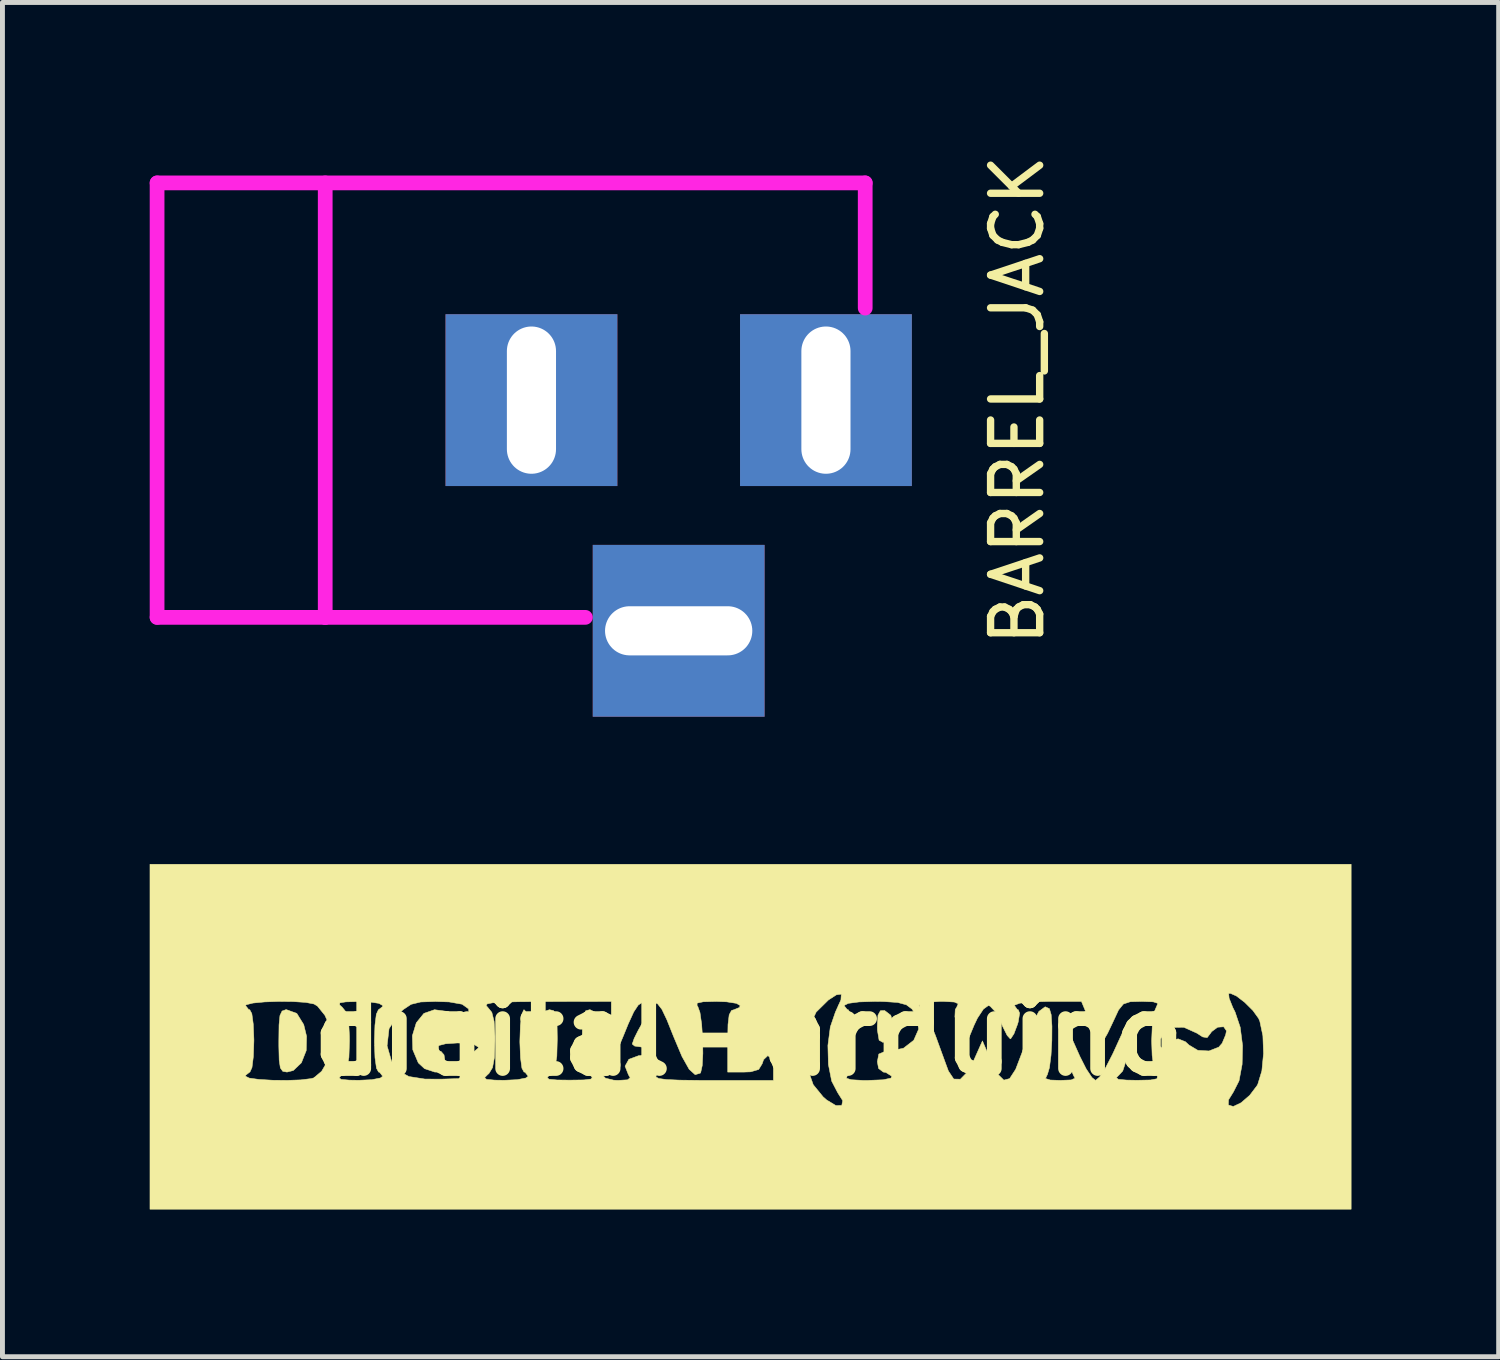
<source format=kicad_pcb>
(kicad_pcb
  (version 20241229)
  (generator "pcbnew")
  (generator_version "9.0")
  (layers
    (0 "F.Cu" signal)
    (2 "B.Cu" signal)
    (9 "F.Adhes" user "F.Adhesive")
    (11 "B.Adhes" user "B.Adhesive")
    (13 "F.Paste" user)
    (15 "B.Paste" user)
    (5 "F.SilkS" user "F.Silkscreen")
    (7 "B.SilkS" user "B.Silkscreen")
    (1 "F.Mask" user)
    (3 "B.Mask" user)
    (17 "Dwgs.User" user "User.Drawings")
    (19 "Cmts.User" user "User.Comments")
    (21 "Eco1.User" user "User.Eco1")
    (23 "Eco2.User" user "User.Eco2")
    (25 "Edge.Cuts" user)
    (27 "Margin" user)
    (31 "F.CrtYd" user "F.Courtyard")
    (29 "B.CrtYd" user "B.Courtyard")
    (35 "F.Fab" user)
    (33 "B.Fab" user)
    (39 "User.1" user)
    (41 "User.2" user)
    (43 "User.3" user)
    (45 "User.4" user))
  (footprint "digital-arduino"
    (layer "F.Cu")
    (at 12.197 18.027)
    (property "Reference" "digital-arduino" (at 0 0 0) (layer "F.SilkS") (effects (font (size 1.524 1.524) (thickness 0.3))))
    (attr through_hole)
    (fp_poly (pts (xy -2.049 -0.011) (xy -1.996 0.169) (xy -2.028 0.241) (xy -2.163 0.254) (xy -2.319 0.232) (xy -2.368 0.191) (xy -2.328 0.076) (xy -2.253 -0.075) (xy -2.141 -0.276) (xy -2.049 -0.011)) (stroke (width 0.01) (type solid)) (fill yes) (layer "F.SilkS"))
    (fp_poly (pts (xy 2.899 -0.395) (xy 2.951 -0.212) (xy 2.915 -0.016) (xy 2.875 0.047) (xy 2.743 0.159) (xy 2.661 0.113) (xy 2.626 -0.094) (xy 2.625 -0.176) (xy 2.638 -0.397) (xy 2.688 -0.488) (xy 2.773 -0.492) (xy 2.899 -0.395)) (stroke (width 0.01) (type solid)) (fill yes) (layer "F.SilkS"))
    (fp_poly (pts (xy -9.201 -0.433) (xy -9.06 -0.205) (xy -9.002 0.033) (xy -9.009 0.324) (xy -9.107 0.572) (xy -9.272 0.73) (xy -9.4 0.762) (xy -9.486 0.747) (xy -9.536 0.677) (xy -9.56 0.518) (xy -9.567 0.234) (xy -9.567 0.127) (xy -9.563 -0.199) (xy -9.544 -0.39) (xy -9.501 -0.481) (xy -9.427 -0.508) (xy -9.408 -0.508) (xy -9.201 -0.433)) (stroke (width 0.01) (type solid)) (fill yes) (layer "F.SilkS"))
    (fp_poly (pts (xy 12.277 3.556) (xy -12.192 3.556) (xy -12.192 -0.593) (xy -10.245 -0.593) (xy -10.18 -0.51) (xy -10.16 -0.508) (xy -10.117 -0.429) (xy -10.088 -0.216) (xy -10.075 0.097) (xy -10.075 0.127) (xy -10.086 0.447) (xy -10.114 0.67) (xy -10.156 0.761) (xy -10.16 0.762) (xy -10.242 0.826) (xy -10.245 0.847) (xy -10.168 0.885) (xy -9.97 0.912) (xy -9.697 0.928) (xy -9.398 0.931) (xy -9.12 0.921) (xy -8.909 0.895) (xy -8.851 0.879) (xy -8.849 0.876) (xy -8.339 0.876) (xy -8.299 0.911) (xy -8.131 0.926) (xy -7.938 0.929) (xy -7.674 0.917) (xy -7.498 0.883) (xy -7.451 0.847) (xy -7.515 0.764) (xy -7.535 0.762) (xy -7.578 0.683) (xy -7.608 0.47) (xy -7.617 0.227) (xy -7.362 0.227) (xy -7.272 0.538) (xy -7.134 0.734) (xy -6.917 0.853) (xy -6.592 0.904) (xy -6.265 0.906) (xy -5.715 0.889) (xy -5.714 0.876) (xy -5.375 0.876) (xy -5.335 0.911) (xy -5.168 0.926) (xy -4.974 0.929) (xy -4.711 0.917) (xy -4.534 0.883) (xy -4.487 0.847) (xy -4.552 0.764) (xy -4.572 0.762) (xy -4.615 0.683) (xy -4.644 0.47) (xy -4.657 0.157) (xy -4.657 0.127) (xy -4.646 -0.193) (xy -4.618 -0.416) (xy -4.576 -0.507) (xy -4.572 -0.508) (xy -4.503 -0.437) (xy -4.487 -0.339) (xy -4.449 -0.201) (xy -4.395 -0.169) (xy -4.301 -0.24) (xy -4.258 -0.339) (xy -4.154 -0.477) (xy -4.054 -0.508) (xy -3.971 -0.49) (xy -3.923 -0.411) (xy -3.9 -0.236) (xy -3.895 0.07) (xy -3.895 0.096) (xy -3.904 0.439) (xy -3.938 0.654) (xy -4.005 0.779) (xy -4.043 0.813) (xy -4.101 0.874) (xy -4.062 0.908) (xy -3.899 0.923) (xy -3.641 0.926) (xy -3.352 0.922) (xy -3.207 0.904) (xy -3.183 0.867) (xy -3.233 0.819) (xy -2.974 0.819) (xy -2.914 0.886) (xy -2.745 0.927) (xy -2.657 0.931) (xy -2.463 0.92) (xy -2.41 0.877) (xy -2.446 0.815) (xy -2.514 0.642) (xy -2.436 0.502) (xy -2.237 0.428) (xy -2.159 0.423) (xy -1.929 0.472) (xy -1.813 0.596) (xy -1.835 0.763) (xy -1.872 0.815) (xy -1.886 0.861) (xy -1.827 0.893) (xy -1.674 0.914) (xy -1.405 0.926) (xy -0.999 0.931) (xy -0.73 0.931) (xy 0.508 0.931) (xy 0.508 0.677) (xy 0.473 0.488) (xy 0.394 0.427) (xy 0.308 0.509) (xy 0.279 0.593) (xy 0.208 0.709) (xy 0.045 0.757) (xy -0.095 0.762) (xy -0.423 0.762) (xy -0.423 0.323) (xy 1.187 0.323) (xy 1.215 0.723) (xy 1.319 1.019) (xy 1.52 1.266) (xy 1.594 1.331) (xy 1.781 1.444) (xy 1.9 1.441) (xy 1.902 1.433) (xy 9.775 1.433) (xy 9.876 1.463) (xy 10.035 1.387) (xy 10.21 1.236) (xy 10.358 1.041) (xy 10.376 1.008) (xy 10.458 0.738) (xy 10.492 0.385) (xy 10.479 0.024) (xy 10.417 -0.271) (xy 10.392 -0.331) (xy 10.275 -0.493) (xy 10.108 -0.659) (xy 9.938 -0.789) (xy 9.812 -0.844) (xy 9.782 -0.835) (xy 9.791 -0.742) (xy 9.865 -0.556) (xy 9.913 -0.46) (xy 10.017 -0.151) (xy 10.065 0.222) (xy 10.056 0.605) (xy 9.993 0.941) (xy 9.876 1.172) (xy 9.874 1.174) (xy 9.779 1.328) (xy 9.775 1.433) (xy 1.902 1.433) (xy 1.92 1.344) (xy 1.817 1.181) (xy 1.695 0.946) (xy 1.628 0.606) (xy 1.618 0.22) (xy 1.667 -0.157) (xy 1.771 -0.46) (xy 1.831 -0.593) (xy 1.947 -0.593) (xy 2.012 -0.51) (xy 2.032 -0.508) (xy 2.079 -0.432) (xy 2.107 -0.236) (xy 2.117 0.031) (xy 2.109 0.32) (xy 2.085 0.584) (xy 2.045 0.773) (xy 2.015 0.83) (xy 1.995 0.886) (xy 2.09 0.918) (xy 2.323 0.931) (xy 2.443 0.931) (xy 2.742 0.919) (xy 2.902 0.885) (xy 2.921 0.847) (xy 2.798 0.769) (xy 2.747 0.762) (xy 2.65 0.688) (xy 2.625 0.55) (xy 2.655 0.395) (xy 2.78 0.342) (xy 2.86 0.339) (xy 3.158 0.276) (xy 3.367 0.114) (xy 3.466 -0.111) (xy 3.436 -0.36) (xy 3.331 -0.522) (xy 3.237 -0.593) (xy 3.471 -0.593) (xy 3.527 -0.51) (xy 3.545 -0.508) (xy 3.608 -0.435) (xy 3.704 -0.242) (xy 3.81 0.021) (xy 3.921 0.326) (xy 4.018 0.592) (xy 4.073 0.741) (xy 4.182 0.904) (xy 4.317 0.907) (xy 4.467 0.754) (xy 4.587 0.529) (xy 4.766 0.127) (xy 4.939 0.529) (xy 5.077 0.803) (xy 5.202 0.926) (xy 5.32 0.895) (xy 5.443 0.706) (xy 5.577 0.355) (xy 5.62 0.221) (xy 5.774 -0.211) (xy 5.916 -0.473) (xy 6.044 -0.568) (xy 6.13 -0.53) (xy 6.166 -0.409) (xy 6.182 -0.173) (xy 6.18 0.121) (xy 6.163 0.421) (xy 6.131 0.672) (xy 6.087 0.819) (xy 6.079 0.83) (xy 6.051 0.893) (xy 6.149 0.924) (xy 6.35 0.931) (xy 6.574 0.922) (xy 6.652 0.887) (xy 6.621 0.83) (xy 6.561 0.688) (xy 6.529 0.451) (xy 6.527 0.343) (xy 6.535 -0.042) (xy 6.752 0.445) (xy 6.88 0.698) (xy 6.998 0.874) (xy 7.071 0.931) (xy 7.154 0.86) (xy 7.277 0.67) (xy 7.415 0.402) (xy 7.435 0.36) (xy 7.696 -0.212) (xy 7.7 0.245) (xy 7.685 0.554) (xy 7.624 0.74) (xy 7.556 0.813) (xy 7.495 0.876) (xy 7.535 0.91) (xy 7.701 0.925) (xy 7.912 0.929) (xy 8.19 0.923) (xy 8.322 0.898) (xy 8.331 0.849) (xy 8.314 0.83) (xy 8.259 0.689) (xy 8.223 0.422) (xy 8.217 0.244) (xy 8.395 0.244) (xy 8.478 0.334) (xy 8.509 0.339) (xy 8.621 0.271) (xy 8.636 0.212) (xy 8.698 0.099) (xy 8.753 0.085) (xy 8.901 0.144) (xy 8.975 0.212) (xy 9.154 0.319) (xy 9.381 0.332) (xy 9.58 0.254) (xy 9.649 0.175) (xy 9.721 0.003) (xy 9.737 -0.079) (xy 9.68 -0.161) (xy 9.557 -0.152) (xy 9.435 -0.062) (xy 9.413 -0.03) (xy 9.344 0.06) (xy 9.253 0.046) (xy 9.136 -0.03) (xy 8.868 -0.151) (xy 8.619 -0.147) (xy 8.484 -0.068) (xy 8.396 0.088) (xy 8.395 0.244) (xy 8.217 0.244) (xy 8.213 0.127) (xy 8.227 -0.215) (xy 8.266 -0.466) (xy 8.314 -0.576) (xy 8.34 -0.638) (xy 8.244 -0.669) (xy 8.013 -0.677) (xy 7.778 -0.671) (xy 7.638 -0.625) (xy 7.539 -0.503) (xy 7.428 -0.265) (xy 7.424 -0.256) (xy 7.313 -0.023) (xy 7.223 0.131) (xy 7.187 0.167) (xy 7.128 0.097) (xy 7.033 -0.086) (xy 6.959 -0.254) (xy 6.783 -0.677) (xy 6.101 -0.677) (xy 5.764 -0.667) (xy 5.526 -0.641) (xy 5.421 -0.601) (xy 5.419 -0.593) (xy 5.477 -0.51) (xy 5.495 -0.508) (xy 5.524 -0.437) (xy 5.495 -0.259) (xy 5.481 -0.212) (xy 5.408 -0.018) (xy 5.343 0.081) (xy 5.333 0.085) (xy 5.269 0.014) (xy 5.179 -0.165) (xy 5.142 -0.254) (xy 5.034 -0.462) (xy 4.921 -0.582) (xy 4.886 -0.593) (xy 4.786 -0.521) (xy 4.664 -0.336) (xy 4.595 -0.191) (xy 4.428 0.212) (xy 4.287 -0.118) (xy 4.205 -0.361) (xy 4.212 -0.512) (xy 4.243 -0.562) (xy 4.272 -0.63) (xy 4.193 -0.665) (xy 3.98 -0.677) (xy 3.905 -0.677) (xy 3.66 -0.662) (xy 3.503 -0.624) (xy 3.471 -0.593) (xy 3.237 -0.593) (xy 3.217 -0.608) (xy 3.039 -0.656) (xy 2.754 -0.675) (xy 2.569 -0.677) (xy 2.254 -0.667) (xy 2.035 -0.638) (xy 1.948 -0.595) (xy 1.947 -0.593) (xy 1.831 -0.593) (xy 1.883 -0.708) (xy 1.891 -0.825) (xy 1.792 -0.812) (xy 1.628 -0.706) (xy 1.378 -0.459) (xy 1.237 -0.152) (xy 1.187 0.26) (xy 1.187 0.323) (xy -0.423 0.323) (xy -0.423 0.127) (xy -0.417 -0.208) (xy -0.393 -0.405) (xy -0.345 -0.493) (xy -0.296 -0.508) (xy -0.184 -0.554) (xy -0.169 -0.593) (xy -0.246 -0.638) (xy -0.445 -0.669) (xy -0.652 -0.677) (xy -0.922 -0.67) (xy -1.046 -0.643) (xy -1.047 -0.591) (xy -1.033 -0.576) (xy -0.988 -0.451) (xy -0.954 -0.214) (xy -0.934 0.081) (xy -0.929 0.381) (xy -0.942 0.63) (xy -0.974 0.774) (xy -0.982 0.784) (xy -1.086 0.815) (xy -1.208 0.705) (xy -1.354 0.445) (xy -1.526 0.037) (xy -1.662 -0.303) (xy -1.763 -0.515) (xy -1.85 -0.627) (xy -1.946 -0.671) (xy -2.035 -0.677) (xy -2.152 -0.664) (xy -2.245 -0.603) (xy -2.337 -0.464) (xy -2.45 -0.217) (xy -2.547 0.021) (xy -2.679 0.336) (xy -2.794 0.584) (xy -2.875 0.727) (xy -2.895 0.748) (xy -2.974 0.819) (xy -3.233 0.819) (xy -3.239 0.813) (xy -3.321 0.712) (xy -3.367 0.538) (xy -3.385 0.251) (xy -3.387 0.096) (xy -3.382 -0.22) (xy -3.361 -0.402) (xy -3.315 -0.487) (xy -3.234 -0.508) (xy -3.227 -0.508) (xy -3.078 -0.436) (xy -3.023 -0.339) (xy -2.947 -0.19) (xy -2.86 -0.191) (xy -2.801 -0.326) (xy -2.794 -0.423) (xy -2.794 -0.677) (xy -4.128 -0.675) (xy -4.631 -0.672) (xy -4.985 -0.664) (xy -5.208 -0.65) (xy -5.322 -0.627) (xy -5.345 -0.594) (xy -5.313 -0.559) (xy -5.228 -0.454) (xy -5.182 -0.271) (xy -5.165 0.03) (xy -5.165 0.127) (xy -5.175 0.463) (xy -5.214 0.671) (xy -5.288 0.792) (xy -5.313 0.813) (xy -5.375 0.876) (xy -5.714 0.876) (xy -5.688 0.614) (xy -5.649 0.426) (xy -5.589 0.339) (xy -5.583 0.339) (xy -5.506 0.274) (xy -5.503 0.254) (xy -5.579 0.206) (xy -5.774 0.175) (xy -5.927 0.169) (xy -6.168 0.185) (xy -6.321 0.224) (xy -6.35 0.254) (xy -6.286 0.336) (xy -6.265 0.339) (xy -6.202 0.411) (xy -6.181 0.55) (xy -6.216 0.712) (xy -6.353 0.761) (xy -6.388 0.762) (xy -6.599 0.692) (xy -6.726 0.574) (xy -6.838 0.308) (xy -6.847 0.022) (xy -6.767 -0.241) (xy -6.612 -0.433) (xy -6.397 -0.508) (xy -6.394 -0.508) (xy -6.109 -0.47) (xy -5.951 -0.365) (xy -5.927 -0.28) (xy -5.883 -0.19) (xy -5.79 -0.21) (xy -5.705 -0.315) (xy -5.686 -0.378) (xy -5.702 -0.526) (xy -5.833 -0.62) (xy -6.098 -0.667) (xy -6.378 -0.676) (xy -6.676 -0.666) (xy -6.873 -0.618) (xy -7.033 -0.511) (xy -7.119 -0.43) (xy -7.322 -0.122) (xy -7.362 0.227) (xy -7.617 0.227) (xy -7.62 0.157) (xy -7.62 0.127) (xy -7.609 -0.193) (xy -7.581 -0.416) (xy -7.539 -0.507) (xy -7.535 -0.508) (xy -7.453 -0.572) (xy -7.451 -0.593) (xy -7.528 -0.638) (xy -7.728 -0.668) (xy -7.938 -0.675) (xy -8.203 -0.668) (xy -8.325 -0.648) (xy -8.328 -0.605) (xy -8.276 -0.559) (xy -8.192 -0.454) (xy -8.145 -0.271) (xy -8.129 0.03) (xy -8.128 0.127) (xy -8.139 0.463) (xy -8.177 0.671) (xy -8.251 0.792) (xy -8.276 0.813) (xy -8.339 0.876) (xy -8.849 0.876) (xy -8.695 0.746) (xy -8.559 0.512) (xy -8.477 0.242) (xy -8.467 0.127) (xy -8.513 -0.136) (xy -8.629 -0.395) (xy -8.78 -0.582) (xy -8.851 -0.625) (xy -9.018 -0.657) (xy -9.272 -0.674) (xy -9.568 -0.677) (xy -9.858 -0.667) (xy -10.094 -0.644) (xy -10.229 -0.61) (xy -10.245 -0.593) (xy -12.192 -0.593) (xy -12.192 -3.471) (xy 12.277 -3.471) (xy 12.277 3.556)) (stroke (width 0.01) (type solid)) (fill yes) (layer "F.SilkS")))
  (footprint "BARREL_JACK"
    (layer "F.Cu")
    (at 7.575 5.101)
    (property "Reference" "BARREL_JACK" (at 10.099 0 90) (layer "F.SilkS") (effects (font (size 1 1) (thickness 0.15))))
    (attr through_hole)
    (fp_line (start -7.425 -4.425) (end -7.425 4.425) (stroke (width 0.3) (type solid)) (layer "F.CrtYd"))
    (fp_line (start -7.425 4.425) (end 1.3 4.425) (stroke (width 0.3) (type solid)) (layer "F.CrtYd"))
    (fp_line (start -4 -4.425) (end -4 4.425) (stroke (width 0.3) (type solid)) (layer "F.CrtYd"))
    (fp_line (start -4 4.425) (end -4 4.425) (stroke (width 0.3) (type solid)) (layer "F.CrtYd"))
    (fp_line (start 7 -4.425) (end -7.425 -4.425) (stroke (width 0.3) (type solid)) (layer "F.CrtYd"))
    (fp_line (start 7 -1.875) (end 7 -4.425) (stroke (width 0.3) (type solid)) (layer "F.CrtYd"))
    (pad "1" thru_hole rect (at 6.2 0) (size 3.5 3.5) (drill oval 1.001 3) (layers "*.Cu" "*.Mask"))
    (pad "2" thru_hole rect (at 0.201 0) (size 3.5 3.5) (drill oval 1.001 3) (layers "*.Cu" "*.Mask"))
    (pad "3" thru_hole rect (at 3.2 4.699) (size 3.5 3.5) (drill oval 3 1.001) (layers "*.Cu" "*.Mask")))
  (gr_rect
    (start -3 -3)
    (end 27.479 24.588)
    (stroke (width 0.1) (type default))
    (fill no)
    (layer "Edge.Cuts")))
</source>
